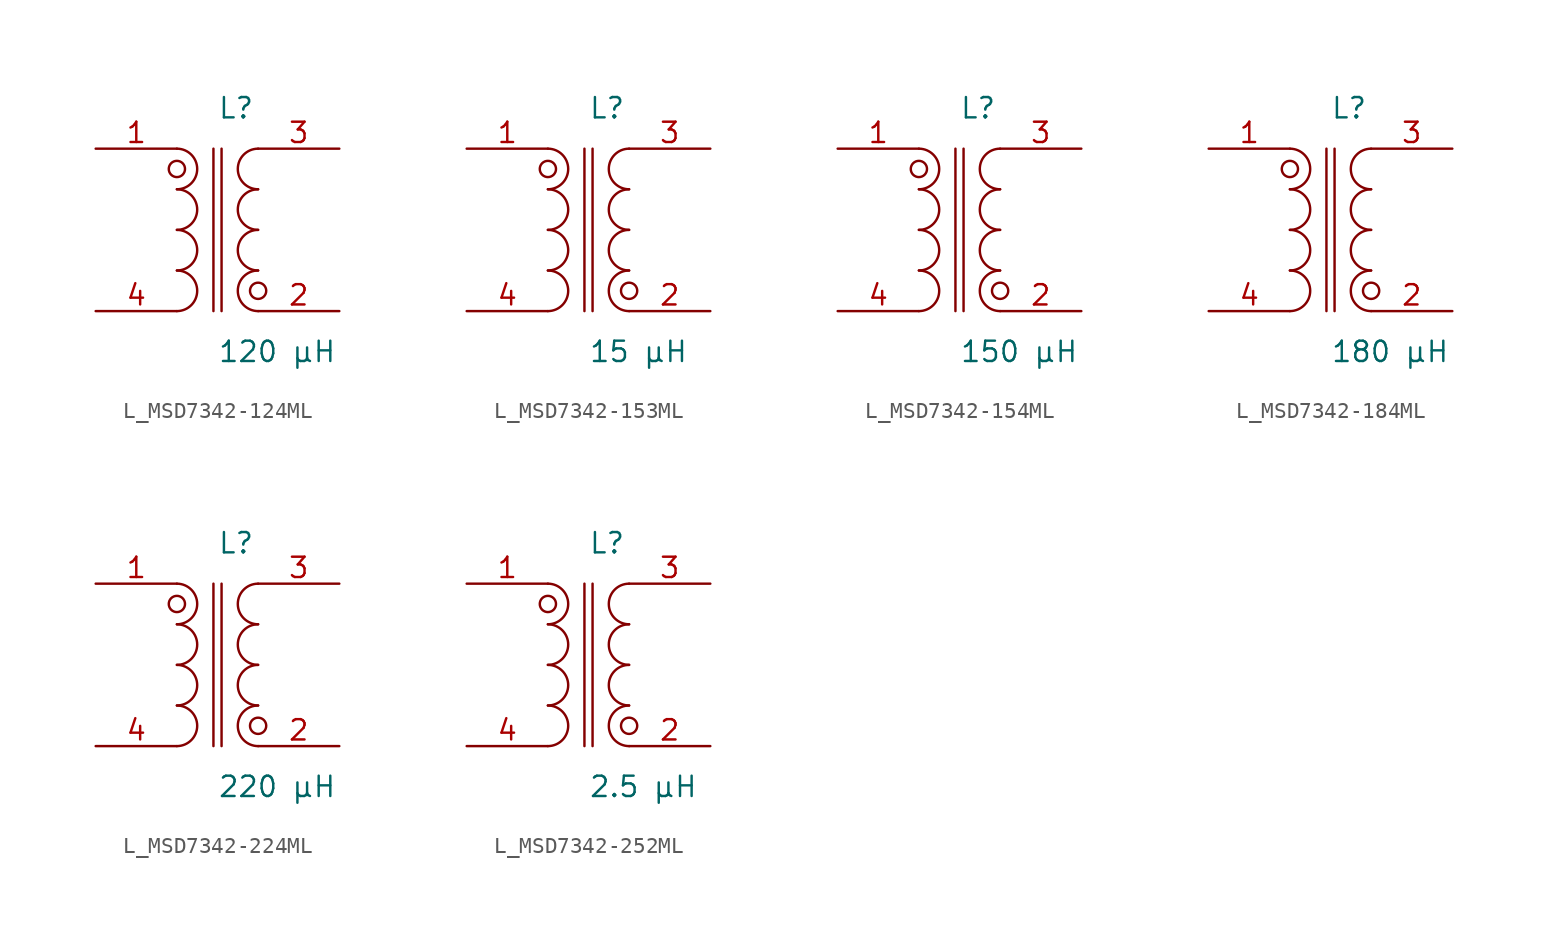
<source format=kicad_sym>
(kicad_symbol_lib
  (version 20231120)
  (generator kicad_symbol_editor)
  (generator_version 8.0)
  (symbol "L_MSD7342-124ML"
    (pin_names
      (offset 0.254))
    (property "Reference" "L"
      (at 0.0 7.62 0)
      (effects (font (size 1.27 1.27)) (justify left)))
    (property "Value" "120 µH"
      (at 0.0 -7.62 0)
      (effects (font (size 1.27 1.27)) (justify left)))
    (symbol "L_MSD7342-124ML_1_1"
      (arc (start -2.54 -5.08) (mid -1.27 -3.81) (end -2.54 -2.54) (stroke (width 0) (type default)) (fill (type none)))
      (arc (start -2.54 -2.54) (mid -1.27 -1.27) (end -2.54 0.0) (stroke (width 0) (type default)) (fill (type none)))
      (arc (start -2.54 0.0) (mid -1.27 1.27) (end -2.54 2.54) (stroke (width 0) (type default)) (fill (type none)))
      (arc (start -2.54 2.54) (mid -1.27 3.81) (end -2.54 5.08) (stroke (width 0) (type default)) (fill (type none)))
      (arc (start 2.54 5.08) (mid 1.27 3.81) (end 2.54 2.54) (stroke (width 0) (type default)) (fill (type none)))
      (arc (start 2.54 2.54) (mid 1.27 1.27) (end 2.54 0.0) (stroke (width 0) (type default)) (fill (type none)))
      (arc (start 2.54 0.0) (mid 1.27 -1.27) (end 2.54 -2.54) (stroke (width 0) (type default)) (fill (type none)))
      (arc (start 2.54 -2.54) (mid 1.27 -3.81) (end 2.54 -5.08) (stroke (width 0) (type default)) (fill (type none)))
      (circle (center -2.54 3.81) (radius 0.508) (stroke (width 0) (type default)) (fill (type none)))
      (circle (center 2.54 -3.81) (radius 0.508) (stroke (width 0) (type default)) (fill (type none)))
      (polyline (pts (xy -0.254 5.08) (xy -0.254 -5.08)) (stroke (width 0) (type default)) (fill (type none)))
      (polyline (pts (xy 0.254 5.08) (xy 0.254 -5.08)) (stroke (width 0) (type default)) (fill (type none)))
      (pin unspecified line (at -7.62 5.08 0) (length 5.08) (name "" (effects (font (size 1.27 1.27)))) (number "1" (effects (font (size 1.27 1.27)))))
      (pin unspecified line (at -7.62 -5.08 0) (length 5.08) (name "" (effects (font (size 1.27 1.27)))) (number "4" (effects (font (size 1.27 1.27)))))
      (pin unspecified line (at 7.62 5.08 180) (length 5.08) (name "" (effects (font (size 1.27 1.27)))) (number "3" (effects (font (size 1.27 1.27)))))
      (pin unspecified line (at 7.62 -5.08 180) (length 5.08) (name "" (effects (font (size 1.27 1.27)))) (number "2" (effects (font (size 1.27 1.27)))))))
  (symbol "L_MSD7342-153ML"
    (pin_names
      (offset 0.254))
    (property "Reference" "L"
      (at 0.0 7.62 0)
      (effects (font (size 1.27 1.27)) (justify left)))
    (property "Value" "15 µH"
      (at 0.0 -7.62 0)
      (effects (font (size 1.27 1.27)) (justify left)))
    (symbol "L_MSD7342-153ML_1_1"
      (arc (start -2.54 -5.08) (mid -1.27 -3.81) (end -2.54 -2.54) (stroke (width 0) (type default)) (fill (type none)))
      (arc (start -2.54 -2.54) (mid -1.27 -1.27) (end -2.54 0.0) (stroke (width 0) (type default)) (fill (type none)))
      (arc (start -2.54 0.0) (mid -1.27 1.27) (end -2.54 2.54) (stroke (width 0) (type default)) (fill (type none)))
      (arc (start -2.54 2.54) (mid -1.27 3.81) (end -2.54 5.08) (stroke (width 0) (type default)) (fill (type none)))
      (arc (start 2.54 5.08) (mid 1.27 3.81) (end 2.54 2.54) (stroke (width 0) (type default)) (fill (type none)))
      (arc (start 2.54 2.54) (mid 1.27 1.27) (end 2.54 0.0) (stroke (width 0) (type default)) (fill (type none)))
      (arc (start 2.54 0.0) (mid 1.27 -1.27) (end 2.54 -2.54) (stroke (width 0) (type default)) (fill (type none)))
      (arc (start 2.54 -2.54) (mid 1.27 -3.81) (end 2.54 -5.08) (stroke (width 0) (type default)) (fill (type none)))
      (circle (center -2.54 3.81) (radius 0.508) (stroke (width 0) (type default)) (fill (type none)))
      (circle (center 2.54 -3.81) (radius 0.508) (stroke (width 0) (type default)) (fill (type none)))
      (polyline (pts (xy -0.254 5.08) (xy -0.254 -5.08)) (stroke (width 0) (type default)) (fill (type none)))
      (polyline (pts (xy 0.254 5.08) (xy 0.254 -5.08)) (stroke (width 0) (type default)) (fill (type none)))
      (pin unspecified line (at -7.62 5.08 0) (length 5.08) (name "" (effects (font (size 1.27 1.27)))) (number "1" (effects (font (size 1.27 1.27)))))
      (pin unspecified line (at -7.62 -5.08 0) (length 5.08) (name "" (effects (font (size 1.27 1.27)))) (number "4" (effects (font (size 1.27 1.27)))))
      (pin unspecified line (at 7.62 5.08 180) (length 5.08) (name "" (effects (font (size 1.27 1.27)))) (number "3" (effects (font (size 1.27 1.27)))))
      (pin unspecified line (at 7.62 -5.08 180) (length 5.08) (name "" (effects (font (size 1.27 1.27)))) (number "2" (effects (font (size 1.27 1.27)))))))
  (symbol "L_MSD7342-154ML"
    (pin_names
      (offset 0.254))
    (property "Reference" "L"
      (at 0.0 7.62 0)
      (effects (font (size 1.27 1.27)) (justify left)))
    (property "Value" "150 µH"
      (at 0.0 -7.62 0)
      (effects (font (size 1.27 1.27)) (justify left)))
    (symbol "L_MSD7342-154ML_1_1"
      (arc (start -2.54 -5.08) (mid -1.27 -3.81) (end -2.54 -2.54) (stroke (width 0) (type default)) (fill (type none)))
      (arc (start -2.54 -2.54) (mid -1.27 -1.27) (end -2.54 0.0) (stroke (width 0) (type default)) (fill (type none)))
      (arc (start -2.54 0.0) (mid -1.27 1.27) (end -2.54 2.54) (stroke (width 0) (type default)) (fill (type none)))
      (arc (start -2.54 2.54) (mid -1.27 3.81) (end -2.54 5.08) (stroke (width 0) (type default)) (fill (type none)))
      (arc (start 2.54 5.08) (mid 1.27 3.81) (end 2.54 2.54) (stroke (width 0) (type default)) (fill (type none)))
      (arc (start 2.54 2.54) (mid 1.27 1.27) (end 2.54 0.0) (stroke (width 0) (type default)) (fill (type none)))
      (arc (start 2.54 0.0) (mid 1.27 -1.27) (end 2.54 -2.54) (stroke (width 0) (type default)) (fill (type none)))
      (arc (start 2.54 -2.54) (mid 1.27 -3.81) (end 2.54 -5.08) (stroke (width 0) (type default)) (fill (type none)))
      (circle (center -2.54 3.81) (radius 0.508) (stroke (width 0) (type default)) (fill (type none)))
      (circle (center 2.54 -3.81) (radius 0.508) (stroke (width 0) (type default)) (fill (type none)))
      (polyline (pts (xy -0.254 5.08) (xy -0.254 -5.08)) (stroke (width 0) (type default)) (fill (type none)))
      (polyline (pts (xy 0.254 5.08) (xy 0.254 -5.08)) (stroke (width 0) (type default)) (fill (type none)))
      (pin unspecified line (at -7.62 5.08 0) (length 5.08) (name "" (effects (font (size 1.27 1.27)))) (number "1" (effects (font (size 1.27 1.27)))))
      (pin unspecified line (at -7.62 -5.08 0) (length 5.08) (name "" (effects (font (size 1.27 1.27)))) (number "4" (effects (font (size 1.27 1.27)))))
      (pin unspecified line (at 7.62 5.08 180) (length 5.08) (name "" (effects (font (size 1.27 1.27)))) (number "3" (effects (font (size 1.27 1.27)))))
      (pin unspecified line (at 7.62 -5.08 180) (length 5.08) (name "" (effects (font (size 1.27 1.27)))) (number "2" (effects (font (size 1.27 1.27)))))))
  (symbol "L_MSD7342-184ML"
    (pin_names
      (offset 0.254))
    (property "Reference" "L"
      (at 0.0 7.62 0)
      (effects (font (size 1.27 1.27)) (justify left)))
    (property "Value" "180 µH"
      (at 0.0 -7.62 0)
      (effects (font (size 1.27 1.27)) (justify left)))
    (symbol "L_MSD7342-184ML_1_1"
      (arc (start -2.54 -5.08) (mid -1.27 -3.81) (end -2.54 -2.54) (stroke (width 0) (type default)) (fill (type none)))
      (arc (start -2.54 -2.54) (mid -1.27 -1.27) (end -2.54 0.0) (stroke (width 0) (type default)) (fill (type none)))
      (arc (start -2.54 0.0) (mid -1.27 1.27) (end -2.54 2.54) (stroke (width 0) (type default)) (fill (type none)))
      (arc (start -2.54 2.54) (mid -1.27 3.81) (end -2.54 5.08) (stroke (width 0) (type default)) (fill (type none)))
      (arc (start 2.54 5.08) (mid 1.27 3.81) (end 2.54 2.54) (stroke (width 0) (type default)) (fill (type none)))
      (arc (start 2.54 2.54) (mid 1.27 1.27) (end 2.54 0.0) (stroke (width 0) (type default)) (fill (type none)))
      (arc (start 2.54 0.0) (mid 1.27 -1.27) (end 2.54 -2.54) (stroke (width 0) (type default)) (fill (type none)))
      (arc (start 2.54 -2.54) (mid 1.27 -3.81) (end 2.54 -5.08) (stroke (width 0) (type default)) (fill (type none)))
      (circle (center -2.54 3.81) (radius 0.508) (stroke (width 0) (type default)) (fill (type none)))
      (circle (center 2.54 -3.81) (radius 0.508) (stroke (width 0) (type default)) (fill (type none)))
      (polyline (pts (xy -0.254 5.08) (xy -0.254 -5.08)) (stroke (width 0) (type default)) (fill (type none)))
      (polyline (pts (xy 0.254 5.08) (xy 0.254 -5.08)) (stroke (width 0) (type default)) (fill (type none)))
      (pin unspecified line (at -7.62 5.08 0) (length 5.08) (name "" (effects (font (size 1.27 1.27)))) (number "1" (effects (font (size 1.27 1.27)))))
      (pin unspecified line (at -7.62 -5.08 0) (length 5.08) (name "" (effects (font (size 1.27 1.27)))) (number "4" (effects (font (size 1.27 1.27)))))
      (pin unspecified line (at 7.62 5.08 180) (length 5.08) (name "" (effects (font (size 1.27 1.27)))) (number "3" (effects (font (size 1.27 1.27)))))
      (pin unspecified line (at 7.62 -5.08 180) (length 5.08) (name "" (effects (font (size 1.27 1.27)))) (number "2" (effects (font (size 1.27 1.27)))))))
  (symbol "L_MSD7342-224ML"
    (pin_names
      (offset 0.254))
    (property "Reference" "L"
      (at 0.0 7.62 0)
      (effects (font (size 1.27 1.27)) (justify left)))
    (property "Value" "220 µH"
      (at 0.0 -7.62 0)
      (effects (font (size 1.27 1.27)) (justify left)))
    (symbol "L_MSD7342-224ML_1_1"
      (arc (start -2.54 -5.08) (mid -1.27 -3.81) (end -2.54 -2.54) (stroke (width 0) (type default)) (fill (type none)))
      (arc (start -2.54 -2.54) (mid -1.27 -1.27) (end -2.54 0.0) (stroke (width 0) (type default)) (fill (type none)))
      (arc (start -2.54 0.0) (mid -1.27 1.27) (end -2.54 2.54) (stroke (width 0) (type default)) (fill (type none)))
      (arc (start -2.54 2.54) (mid -1.27 3.81) (end -2.54 5.08) (stroke (width 0) (type default)) (fill (type none)))
      (arc (start 2.54 5.08) (mid 1.27 3.81) (end 2.54 2.54) (stroke (width 0) (type default)) (fill (type none)))
      (arc (start 2.54 2.54) (mid 1.27 1.27) (end 2.54 0.0) (stroke (width 0) (type default)) (fill (type none)))
      (arc (start 2.54 0.0) (mid 1.27 -1.27) (end 2.54 -2.54) (stroke (width 0) (type default)) (fill (type none)))
      (arc (start 2.54 -2.54) (mid 1.27 -3.81) (end 2.54 -5.08) (stroke (width 0) (type default)) (fill (type none)))
      (circle (center -2.54 3.81) (radius 0.508) (stroke (width 0) (type default)) (fill (type none)))
      (circle (center 2.54 -3.81) (radius 0.508) (stroke (width 0) (type default)) (fill (type none)))
      (polyline (pts (xy -0.254 5.08) (xy -0.254 -5.08)) (stroke (width 0) (type default)) (fill (type none)))
      (polyline (pts (xy 0.254 5.08) (xy 0.254 -5.08)) (stroke (width 0) (type default)) (fill (type none)))
      (pin unspecified line (at -7.62 5.08 0) (length 5.08) (name "" (effects (font (size 1.27 1.27)))) (number "1" (effects (font (size 1.27 1.27)))))
      (pin unspecified line (at -7.62 -5.08 0) (length 5.08) (name "" (effects (font (size 1.27 1.27)))) (number "4" (effects (font (size 1.27 1.27)))))
      (pin unspecified line (at 7.62 5.08 180) (length 5.08) (name "" (effects (font (size 1.27 1.27)))) (number "3" (effects (font (size 1.27 1.27)))))
      (pin unspecified line (at 7.62 -5.08 180) (length 5.08) (name "" (effects (font (size 1.27 1.27)))) (number "2" (effects (font (size 1.27 1.27)))))))
  (symbol "L_MSD7342-252ML"
    (pin_names
      (offset 0.254))
    (property "Reference" "L"
      (at 0.0 7.62 0)
      (effects (font (size 1.27 1.27)) (justify left)))
    (property "Value" "2.5 µH"
      (at 0.0 -7.62 0)
      (effects (font (size 1.27 1.27)) (justify left)))
    (symbol "L_MSD7342-252ML_1_1"
      (arc (start -2.54 -5.08) (mid -1.27 -3.81) (end -2.54 -2.54) (stroke (width 0) (type default)) (fill (type none)))
      (arc (start -2.54 -2.54) (mid -1.27 -1.27) (end -2.54 0.0) (stroke (width 0) (type default)) (fill (type none)))
      (arc (start -2.54 0.0) (mid -1.27 1.27) (end -2.54 2.54) (stroke (width 0) (type default)) (fill (type none)))
      (arc (start -2.54 2.54) (mid -1.27 3.81) (end -2.54 5.08) (stroke (width 0) (type default)) (fill (type none)))
      (arc (start 2.54 5.08) (mid 1.27 3.81) (end 2.54 2.54) (stroke (width 0) (type default)) (fill (type none)))
      (arc (start 2.54 2.54) (mid 1.27 1.27) (end 2.54 0.0) (stroke (width 0) (type default)) (fill (type none)))
      (arc (start 2.54 0.0) (mid 1.27 -1.27) (end 2.54 -2.54) (stroke (width 0) (type default)) (fill (type none)))
      (arc (start 2.54 -2.54) (mid 1.27 -3.81) (end 2.54 -5.08) (stroke (width 0) (type default)) (fill (type none)))
      (circle (center -2.54 3.81) (radius 0.508) (stroke (width 0) (type default)) (fill (type none)))
      (circle (center 2.54 -3.81) (radius 0.508) (stroke (width 0) (type default)) (fill (type none)))
      (polyline (pts (xy -0.254 5.08) (xy -0.254 -5.08)) (stroke (width 0) (type default)) (fill (type none)))
      (polyline (pts (xy 0.254 5.08) (xy 0.254 -5.08)) (stroke (width 0) (type default)) (fill (type none)))
      (pin unspecified line (at -7.62 5.08 0) (length 5.08) (name "" (effects (font (size 1.27 1.27)))) (number "1" (effects (font (size 1.27 1.27)))))
      (pin unspecified line (at -7.62 -5.08 0) (length 5.08) (name "" (effects (font (size 1.27 1.27)))) (number "4" (effects (font (size 1.27 1.27)))))
      (pin unspecified line (at 7.62 5.08 180) (length 5.08) (name "" (effects (font (size 1.27 1.27)))) (number "3" (effects (font (size 1.27 1.27)))))
      (pin unspecified line (at 7.62 -5.08 180) (length 5.08) (name "" (effects (font (size 1.27 1.27)))) (number "2" (effects (font (size 1.27 1.27))))))))
</source>
